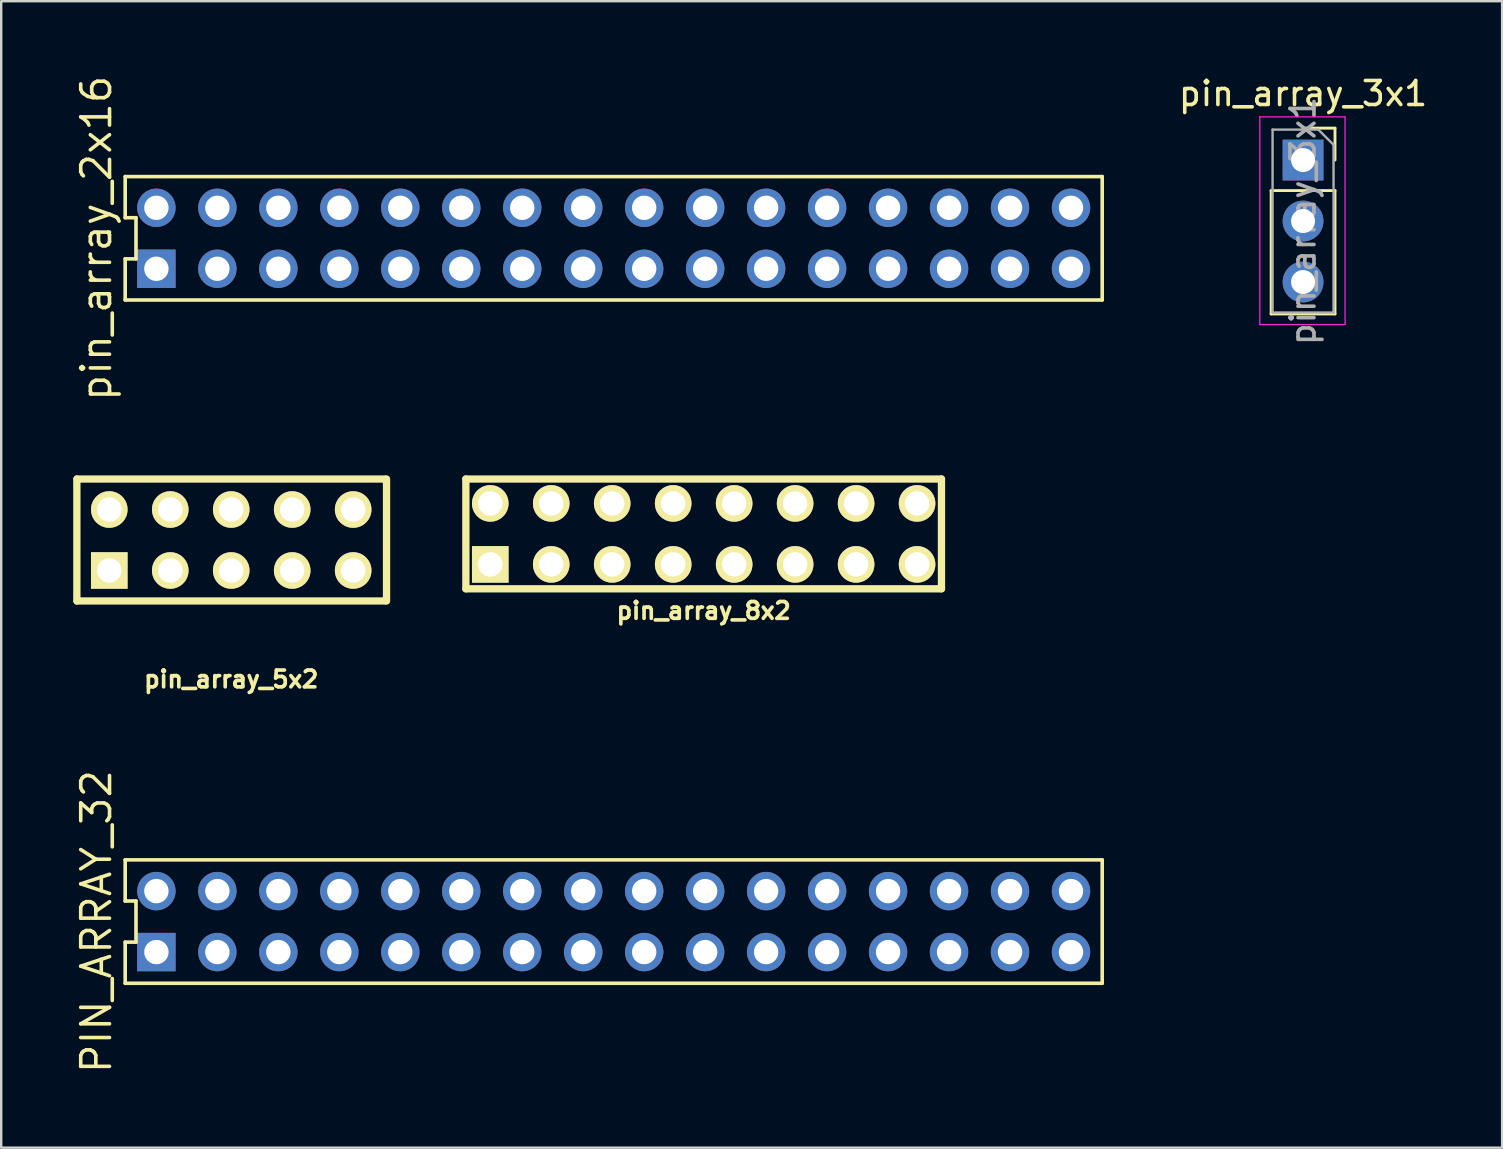
<source format=kicad_pcb>
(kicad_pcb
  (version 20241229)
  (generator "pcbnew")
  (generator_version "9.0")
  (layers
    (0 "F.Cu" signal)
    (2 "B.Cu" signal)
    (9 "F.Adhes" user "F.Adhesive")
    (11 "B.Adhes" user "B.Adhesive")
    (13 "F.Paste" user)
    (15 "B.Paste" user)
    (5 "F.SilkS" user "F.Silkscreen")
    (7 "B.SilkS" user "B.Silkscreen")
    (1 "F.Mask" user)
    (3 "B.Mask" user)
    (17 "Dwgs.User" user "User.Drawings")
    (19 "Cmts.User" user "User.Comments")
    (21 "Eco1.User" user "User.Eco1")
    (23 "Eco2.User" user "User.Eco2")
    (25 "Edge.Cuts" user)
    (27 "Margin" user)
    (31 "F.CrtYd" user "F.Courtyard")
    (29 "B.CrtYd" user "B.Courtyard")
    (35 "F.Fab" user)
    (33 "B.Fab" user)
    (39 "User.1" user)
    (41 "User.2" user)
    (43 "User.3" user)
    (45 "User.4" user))
  (footprint "pin_array_8x2"
    (layer "F.Cu")
    (at 26.263 19.191)
    (property "Reference" "pin_array_8x2" (at 0 3.2 0) (layer "F.SilkS") (effects (font (size 0.7 0.7) (thickness 0.152))))
    (attr through_hole)
    (fp_line (start -9.906 -2.286) (end 9.906 -2.286) (stroke (width 0.305) (type solid)) (layer "F.SilkS"))
    (fp_line (start -9.906 2.286) (end -9.906 -2.286) (stroke (width 0.305) (type solid)) (layer "F.SilkS"))
    (fp_line (start 9.906 -2.286) (end 9.906 2.286) (stroke (width 0.305) (type solid)) (layer "F.SilkS"))
    (fp_line (start 9.906 2.286) (end -9.906 2.286) (stroke (width 0.305) (type solid)) (layer "F.SilkS"))
    (pad "1" thru_hole rect (at -8.89 1.27) (size 1.524 1.524) (drill 1.016) (layers "*.Cu" "*.Mask" "F.SilkS"))
    (pad "2" thru_hole circle (at -8.89 -1.27) (size 1.524 1.524) (drill 1.016) (layers "*.Cu" "*.Mask" "F.SilkS"))
    (pad "3" thru_hole circle (at -6.35 1.27) (size 1.524 1.524) (drill 1.016) (layers "*.Cu" "*.Mask" "F.SilkS"))
    (pad "4" thru_hole circle (at -6.35 -1.27) (size 1.524 1.524) (drill 1.016) (layers "*.Cu" "*.Mask" "F.SilkS"))
    (pad "5" thru_hole circle (at -3.81 1.27) (size 1.524 1.524) (drill 1.016) (layers "*.Cu" "*.Mask" "F.SilkS"))
    (pad "6" thru_hole circle (at -3.81 -1.27) (size 1.524 1.524) (drill 1.016) (layers "*.Cu" "*.Mask" "F.SilkS"))
    (pad "7" thru_hole circle (at -1.27 1.27) (size 1.524 1.524) (drill 1.016) (layers "*.Cu" "*.Mask" "F.SilkS"))
    (pad "8" thru_hole circle (at -1.27 -1.27) (size 1.524 1.524) (drill 1.016) (layers "*.Cu" "*.Mask" "F.SilkS"))
    (pad "9" thru_hole circle (at 1.27 1.27) (size 1.524 1.524) (drill 1.016) (layers "*.Cu" "*.Mask" "F.SilkS"))
    (pad "10" thru_hole circle (at 1.27 -1.27) (size 1.524 1.524) (drill 1.016) (layers "*.Cu" "*.Mask" "F.SilkS"))
    (pad "11" thru_hole circle (at 3.81 1.27) (size 1.524 1.524) (drill 1.016) (layers "*.Cu" "*.Mask" "F.SilkS"))
    (pad "12" thru_hole circle (at 3.81 -1.27) (size 1.524 1.524) (drill 1.016) (layers "*.Cu" "*.Mask" "F.SilkS"))
    (pad "13" thru_hole circle (at 6.35 1.27) (size 1.524 1.524) (drill 1.016) (layers "*.Cu" "*.Mask" "F.SilkS"))
    (pad "14" thru_hole circle (at 6.35 -1.27) (size 1.524 1.524) (drill 1.016) (layers "*.Cu" "*.Mask" "F.SilkS"))
    (pad "15" thru_hole circle (at 8.89 1.27) (size 1.524 1.524) (drill 1.016) (layers "*.Cu" "*.Mask" "F.SilkS"))
    (pad "16" thru_hole circle (at 8.89 -1.27) (size 1.524 1.524) (drill 1.016) (layers "*.Cu" "*.Mask" "F.SilkS")))
  (footprint "pin_array_2x16"
    (layer "F.Cu")
    (at 22.515 6.876)
    (property "Reference" "pin_array_2x16" (at -21.55 0 90) (layer "F.SilkS") (effects (font (size 1.2 1.2) (thickness 0.15))))
    (attr through_hole)
    (fp_line (start -20.35 -2.57) (end -20.35 -0.857) (stroke (width 0.15) (type solid)) (layer "F.SilkS"))
    (fp_line (start -20.35 -0.857) (end -19.9 -0.857) (stroke (width 0.15) (type solid)) (layer "F.SilkS"))
    (fp_line (start -20.35 0.857) (end -20.35 2.57) (stroke (width 0.15) (type solid)) (layer "F.SilkS"))
    (fp_line (start -20.35 2.57) (end 20.35 2.57) (stroke (width 0.15) (type solid)) (layer "F.SilkS"))
    (fp_line (start -19.9 -0.857) (end -19.9 0.857) (stroke (width 0.15) (type solid)) (layer "F.SilkS"))
    (fp_line (start -19.9 0.857) (end -20.35 0.857) (stroke (width 0.15) (type solid)) (layer "F.SilkS"))
    (fp_line (start 20.35 -2.57) (end -20.35 -2.57) (stroke (width 0.15) (type solid)) (layer "F.SilkS"))
    (fp_line (start 20.35 2.57) (end 20.35 -2.57) (stroke (width 0.15) (type solid)) (layer "F.SilkS"))
    (pad "1" thru_hole rect (at -19.05 1.27) (size 1.6 1.6) (drill 1.016) (layers "*.Cu" "*.Mask"))
    (pad "2" thru_hole circle (at -16.51 1.27) (size 1.6 1.6) (drill 1.016) (layers "*.Cu" "*.Mask"))
    (pad "3" thru_hole circle (at -13.97 1.27) (size 1.6 1.6) (drill 1.016) (layers "*.Cu" "*.Mask"))
    (pad "4" thru_hole circle (at -11.43 1.27) (size 1.6 1.6) (drill 1.016) (layers "*.Cu" "*.Mask"))
    (pad "5" thru_hole circle (at -8.89 1.27) (size 1.6 1.6) (drill 1.016) (layers "*.Cu" "*.Mask"))
    (pad "6" thru_hole circle (at -6.35 1.27) (size 1.6 1.6) (drill 1.016) (layers "*.Cu" "*.Mask"))
    (pad "7" thru_hole circle (at -3.81 1.27) (size 1.6 1.6) (drill 1.016) (layers "*.Cu" "*.Mask"))
    (pad "8" thru_hole circle (at -1.27 1.27) (size 1.6 1.6) (drill 1.016) (layers "*.Cu" "*.Mask"))
    (pad "9" thru_hole circle (at 1.27 1.27) (size 1.6 1.6) (drill 1.016) (layers "*.Cu" "*.Mask"))
    (pad "10" thru_hole circle (at 3.81 1.27) (size 1.6 1.6) (drill 1.016) (layers "*.Cu" "*.Mask"))
    (pad "11" thru_hole circle (at 6.35 1.27) (size 1.6 1.6) (drill 1.016) (layers "*.Cu" "*.Mask"))
    (pad "12" thru_hole circle (at 8.89 1.27) (size 1.6 1.6) (drill 1.016) (layers "*.Cu" "*.Mask"))
    (pad "13" thru_hole circle (at 11.43 1.27) (size 1.6 1.6) (drill 1.016) (layers "*.Cu" "*.Mask"))
    (pad "14" thru_hole circle (at 13.97 1.27) (size 1.6 1.6) (drill 1.016) (layers "*.Cu" "*.Mask"))
    (pad "15" thru_hole circle (at 16.51 1.27) (size 1.6 1.6) (drill 1.016) (layers "*.Cu" "*.Mask"))
    (pad "16" thru_hole circle (at 19.05 1.27) (size 1.6 1.6) (drill 1.016) (layers "*.Cu" "*.Mask"))
    (pad "17" thru_hole circle (at 19.05 -1.27) (size 1.6 1.6) (drill 1.016) (layers "*.Cu" "*.Mask"))
    (pad "18" thru_hole circle (at 16.51 -1.27) (size 1.6 1.6) (drill 1.016) (layers "*.Cu" "*.Mask"))
    (pad "19" thru_hole circle (at 13.97 -1.27) (size 1.6 1.6) (drill 1.016) (layers "*.Cu" "*.Mask"))
    (pad "20" thru_hole circle (at 11.43 -1.27) (size 1.6 1.6) (drill 1.016) (layers "*.Cu" "*.Mask"))
    (pad "21" thru_hole circle (at 8.89 -1.27) (size 1.6 1.6) (drill 1.016) (layers "*.Cu" "*.Mask"))
    (pad "22" thru_hole circle (at 6.35 -1.27) (size 1.6 1.6) (drill 1.016) (layers "*.Cu" "*.Mask"))
    (pad "23" thru_hole circle (at 3.81 -1.27) (size 1.6 1.6) (drill 1.016) (layers "*.Cu" "*.Mask"))
    (pad "24" thru_hole circle (at 1.27 -1.27) (size 1.6 1.6) (drill 1.016) (layers "*.Cu" "*.Mask"))
    (pad "25" thru_hole circle (at -1.27 -1.27) (size 1.6 1.6) (drill 1.016) (layers "*.Cu" "*.Mask"))
    (pad "26" thru_hole circle (at -3.81 -1.27) (size 1.6 1.6) (drill 1.016) (layers "*.Cu" "*.Mask"))
    (pad "27" thru_hole circle (at -6.35 -1.27) (size 1.6 1.6) (drill 1.016) (layers "*.Cu" "*.Mask"))
    (pad "28" thru_hole circle (at -8.89 -1.27) (size 1.6 1.6) (drill 1.016) (layers "*.Cu" "*.Mask"))
    (pad "29" thru_hole circle (at -11.43 -1.27) (size 1.6 1.6) (drill 1.016) (layers "*.Cu" "*.Mask"))
    (pad "30" thru_hole circle (at -13.97 -1.27) (size 1.6 1.6) (drill 1.016) (layers "*.Cu" "*.Mask"))
    (pad "31" thru_hole circle (at -16.51 -1.27) (size 1.6 1.6) (drill 1.016) (layers "*.Cu" "*.Mask"))
    (pad "32" thru_hole circle (at -19.05 -1.27) (size 1.6 1.6) (drill 1.016) (layers "*.Cu" "*.Mask")))
  (footprint "pin_array_5x2"
    (layer "F.Cu")
    (at 6.582 19.445)
    (property "Reference" "pin_array_5x2" (at 0 5.8 0) (layer "F.SilkS") (effects (font (size 0.7 0.7) (thickness 0.152))))
    (attr through_hole)
    (fp_line (start -6.43 2.54) (end -6.43 -2.54) (stroke (width 0.305) (type solid)) (layer "F.SilkS"))
    (fp_line (start -6.42 -2.54) (end 6.42 -2.54) (stroke (width 0.305) (type solid)) (layer "F.SilkS"))
    (fp_line (start 6.42 2.54) (end -6.42 2.54) (stroke (width 0.305) (type solid)) (layer "F.SilkS"))
    (fp_line (start 6.47 -2.54) (end 6.47 2.54) (stroke (width 0.305) (type solid)) (layer "F.SilkS"))
    (pad "1" thru_hole rect (at -5.08 1.27) (size 1.524 1.524) (drill 1.016) (layers "*.Cu" "*.Mask" "F.SilkS"))
    (pad "2" thru_hole circle (at -5.08 -1.27) (size 1.524 1.524) (drill 1.016) (layers "*.Cu" "*.Mask" "F.SilkS"))
    (pad "3" thru_hole circle (at -2.54 1.27) (size 1.524 1.524) (drill 1.016) (layers "*.Cu" "*.Mask" "F.SilkS"))
    (pad "4" thru_hole circle (at -2.54 -1.27) (size 1.524 1.524) (drill 1.016) (layers "*.Cu" "*.Mask" "F.SilkS"))
    (pad "5" thru_hole circle (at 0 1.27) (size 1.524 1.524) (drill 1.016) (layers "*.Cu" "*.Mask" "F.SilkS"))
    (pad "6" thru_hole circle (at 0 -1.27) (size 1.524 1.524) (drill 1.016) (layers "*.Cu" "*.Mask" "F.SilkS"))
    (pad "7" thru_hole circle (at 2.54 1.27) (size 1.524 1.524) (drill 1.016) (layers "*.Cu" "*.Mask" "F.SilkS"))
    (pad "8" thru_hole circle (at 2.54 -1.27) (size 1.524 1.524) (drill 1.016) (layers "*.Cu" "*.Mask" "F.SilkS"))
    (pad "9" thru_hole circle (at 5.08 1.27) (size 1.524 1.524) (drill 1.016) (layers "*.Cu" "*.Mask" "F.SilkS"))
    (pad "10" thru_hole circle (at 5.08 -1.27) (size 1.524 1.524) (drill 1.016) (layers "*.Cu" "*.Mask" "F.SilkS")))
  (footprint "PIN_ARRAY_32"
    (layer "F.Cu")
    (at 22.515 35.341)
    (property "Reference" "PIN_ARRAY_32" (at -21.55 0 90) (layer "F.SilkS") (effects (font (size 1.2 1.2) (thickness 0.15))))
    (attr through_hole)
    (fp_line (start -20.35 -2.57) (end -20.35 -0.857) (stroke (width 0.15) (type solid)) (layer "F.SilkS"))
    (fp_line (start -20.35 -0.857) (end -19.9 -0.857) (stroke (width 0.15) (type solid)) (layer "F.SilkS"))
    (fp_line (start -20.35 0.857) (end -20.35 2.57) (stroke (width 0.15) (type solid)) (layer "F.SilkS"))
    (fp_line (start -20.35 2.57) (end 20.35 2.57) (stroke (width 0.15) (type solid)) (layer "F.SilkS"))
    (fp_line (start -19.9 -0.857) (end -19.9 0.857) (stroke (width 0.15) (type solid)) (layer "F.SilkS"))
    (fp_line (start -19.9 0.857) (end -20.35 0.857) (stroke (width 0.15) (type solid)) (layer "F.SilkS"))
    (fp_line (start 20.35 -2.57) (end -20.35 -2.57) (stroke (width 0.15) (type solid)) (layer "F.SilkS"))
    (fp_line (start 20.35 2.57) (end 20.35 -2.57) (stroke (width 0.15) (type solid)) (layer "F.SilkS"))
    (pad "1" thru_hole rect (at -19.05 1.27) (size 1.6 1.6) (drill 1.016) (layers "*.Cu" "*.Mask"))
    (pad "2" thru_hole circle (at -16.51 1.27) (size 1.6 1.6) (drill 1.016) (layers "*.Cu" "*.Mask"))
    (pad "3" thru_hole circle (at -13.97 1.27) (size 1.6 1.6) (drill 1.016) (layers "*.Cu" "*.Mask"))
    (pad "4" thru_hole circle (at -11.43 1.27) (size 1.6 1.6) (drill 1.016) (layers "*.Cu" "*.Mask"))
    (pad "5" thru_hole circle (at -8.89 1.27) (size 1.6 1.6) (drill 1.016) (layers "*.Cu" "*.Mask"))
    (pad "6" thru_hole circle (at -6.35 1.27) (size 1.6 1.6) (drill 1.016) (layers "*.Cu" "*.Mask"))
    (pad "7" thru_hole circle (at -3.81 1.27) (size 1.6 1.6) (drill 1.016) (layers "*.Cu" "*.Mask"))
    (pad "8" thru_hole circle (at -1.27 1.27) (size 1.6 1.6) (drill 1.016) (layers "*.Cu" "*.Mask"))
    (pad "9" thru_hole circle (at 1.27 1.27) (size 1.6 1.6) (drill 1.016) (layers "*.Cu" "*.Mask"))
    (pad "10" thru_hole circle (at 3.81 1.27) (size 1.6 1.6) (drill 1.016) (layers "*.Cu" "*.Mask"))
    (pad "11" thru_hole circle (at 6.35 1.27) (size 1.6 1.6) (drill 1.016) (layers "*.Cu" "*.Mask"))
    (pad "12" thru_hole circle (at 8.89 1.27) (size 1.6 1.6) (drill 1.016) (layers "*.Cu" "*.Mask"))
    (pad "13" thru_hole circle (at 11.43 1.27) (size 1.6 1.6) (drill 1.016) (layers "*.Cu" "*.Mask"))
    (pad "14" thru_hole circle (at 13.97 1.27) (size 1.6 1.6) (drill 1.016) (layers "*.Cu" "*.Mask"))
    (pad "15" thru_hole circle (at 16.51 1.27) (size 1.6 1.6) (drill 1.016) (layers "*.Cu" "*.Mask"))
    (pad "16" thru_hole circle (at 19.05 1.27) (size 1.6 1.6) (drill 1.016) (layers "*.Cu" "*.Mask"))
    (pad "17" thru_hole circle (at 19.05 -1.27) (size 1.6 1.6) (drill 1.016) (layers "*.Cu" "*.Mask"))
    (pad "18" thru_hole circle (at 16.51 -1.27) (size 1.6 1.6) (drill 1.016) (layers "*.Cu" "*.Mask"))
    (pad "19" thru_hole circle (at 13.97 -1.27) (size 1.6 1.6) (drill 1.016) (layers "*.Cu" "*.Mask"))
    (pad "20" thru_hole circle (at 11.43 -1.27) (size 1.6 1.6) (drill 1.016) (layers "*.Cu" "*.Mask"))
    (pad "21" thru_hole circle (at 8.89 -1.27) (size 1.6 1.6) (drill 1.016) (layers "*.Cu" "*.Mask"))
    (pad "22" thru_hole circle (at 6.35 -1.27) (size 1.6 1.6) (drill 1.016) (layers "*.Cu" "*.Mask"))
    (pad "23" thru_hole circle (at 3.81 -1.27) (size 1.6 1.6) (drill 1.016) (layers "*.Cu" "*.Mask"))
    (pad "24" thru_hole circle (at 1.27 -1.27) (size 1.6 1.6) (drill 1.016) (layers "*.Cu" "*.Mask"))
    (pad "25" thru_hole circle (at -1.27 -1.27) (size 1.6 1.6) (drill 1.016) (layers "*.Cu" "*.Mask"))
    (pad "26" thru_hole circle (at -3.81 -1.27) (size 1.6 1.6) (drill 1.016) (layers "*.Cu" "*.Mask"))
    (pad "27" thru_hole circle (at -6.35 -1.27) (size 1.6 1.6) (drill 1.016) (layers "*.Cu" "*.Mask"))
    (pad "28" thru_hole circle (at -8.89 -1.27) (size 1.6 1.6) (drill 1.016) (layers "*.Cu" "*.Mask"))
    (pad "29" thru_hole circle (at -11.43 -1.27) (size 1.6 1.6) (drill 1.016) (layers "*.Cu" "*.Mask"))
    (pad "30" thru_hole circle (at -13.97 -1.27) (size 1.6 1.6) (drill 1.016) (layers "*.Cu" "*.Mask"))
    (pad "31" thru_hole circle (at -16.51 -1.27) (size 1.6 1.6) (drill 1.016) (layers "*.Cu" "*.Mask"))
    (pad "32" thru_hole circle (at -19.05 -1.27) (size 1.6 1.6) (drill 1.016) (layers "*.Cu" "*.Mask")))
  (footprint "pin_array_3x1"
    (layer "F.Cu")
    (at 51.232 3.618)
    (property "Reference" "pin_array_3x1" (at 0 -2.77 0) (layer "F.SilkS") (effects (font (size 1 1) (thickness 0.15))))
    (attr through_hole)
    (fp_line (start -1.33 1.27) (end -1.33 6.41) (stroke (width 0.12) (type solid)) (layer "F.SilkS"))
    (fp_line (start -1.33 1.27) (end 1.33 1.27) (stroke (width 0.12) (type solid)) (layer "F.SilkS"))
    (fp_line (start -1.33 6.41) (end 1.33 6.41) (stroke (width 0.12) (type solid)) (layer "F.SilkS"))
    (fp_line (start 0 -1.33) (end 1.33 -1.33) (stroke (width 0.12) (type solid)) (layer "F.SilkS"))
    (fp_line (start 1.33 -1.33) (end 1.33 0) (stroke (width 0.12) (type solid)) (layer "F.SilkS"))
    (fp_line (start 1.33 1.27) (end 1.33 6.41) (stroke (width 0.12) (type solid)) (layer "F.SilkS"))
    (fp_line (start -1.8 -1.8) (end 1.75 -1.8) (stroke (width 0.05) (type solid)) (layer "F.CrtYd"))
    (fp_line (start -1.8 6.85) (end -1.8 -1.8) (stroke (width 0.05) (type solid)) (layer "F.CrtYd"))
    (fp_line (start 1.75 -1.8) (end 1.75 6.85) (stroke (width 0.05) (type solid)) (layer "F.CrtYd"))
    (fp_line (start 1.75 6.85) (end -1.8 6.85) (stroke (width 0.05) (type solid)) (layer "F.CrtYd"))
    (fp_line (start -1.27 -1.27) (end 0.635 -1.27) (stroke (width 0.1) (type solid)) (layer "F.Fab"))
    (fp_line (start -1.27 6.35) (end -1.27 -1.27) (stroke (width 0.1) (type solid)) (layer "F.Fab"))
    (fp_line (start 0.635 -1.27) (end 1.27 -0.635) (stroke (width 0.1) (type solid)) (layer "F.Fab"))
    (fp_line (start 1.27 -0.635) (end 1.27 6.35) (stroke (width 0.1) (type solid)) (layer "F.Fab"))
    (fp_line (start 1.27 6.35) (end -1.27 6.35) (stroke (width 0.1) (type solid)) (layer "F.Fab"))
    (fp_text user "${REFERENCE}" (at 0 2.54 90) (layer "F.Fab") (effects (font (size 1 1) (thickness 0.15))))
    (pad "1" thru_hole rect (at 0 0) (size 1.7 1.7) (drill 1) (layers "*.Cu" "*.Mask"))
    (pad "2" thru_hole oval (at 0 2.54) (size 1.7 1.7) (drill 1) (layers "*.Cu" "*.Mask"))
    (pad "3" thru_hole oval (at 0 5.08) (size 1.7 1.7) (drill 1) (layers "*.Cu" "*.Mask")))
  (gr_rect
    (start -3 -3)
    (end 59.524 44.76)
    (stroke (width 0.1) (type default))
    (fill no)
    (layer "Edge.Cuts")))
</source>
